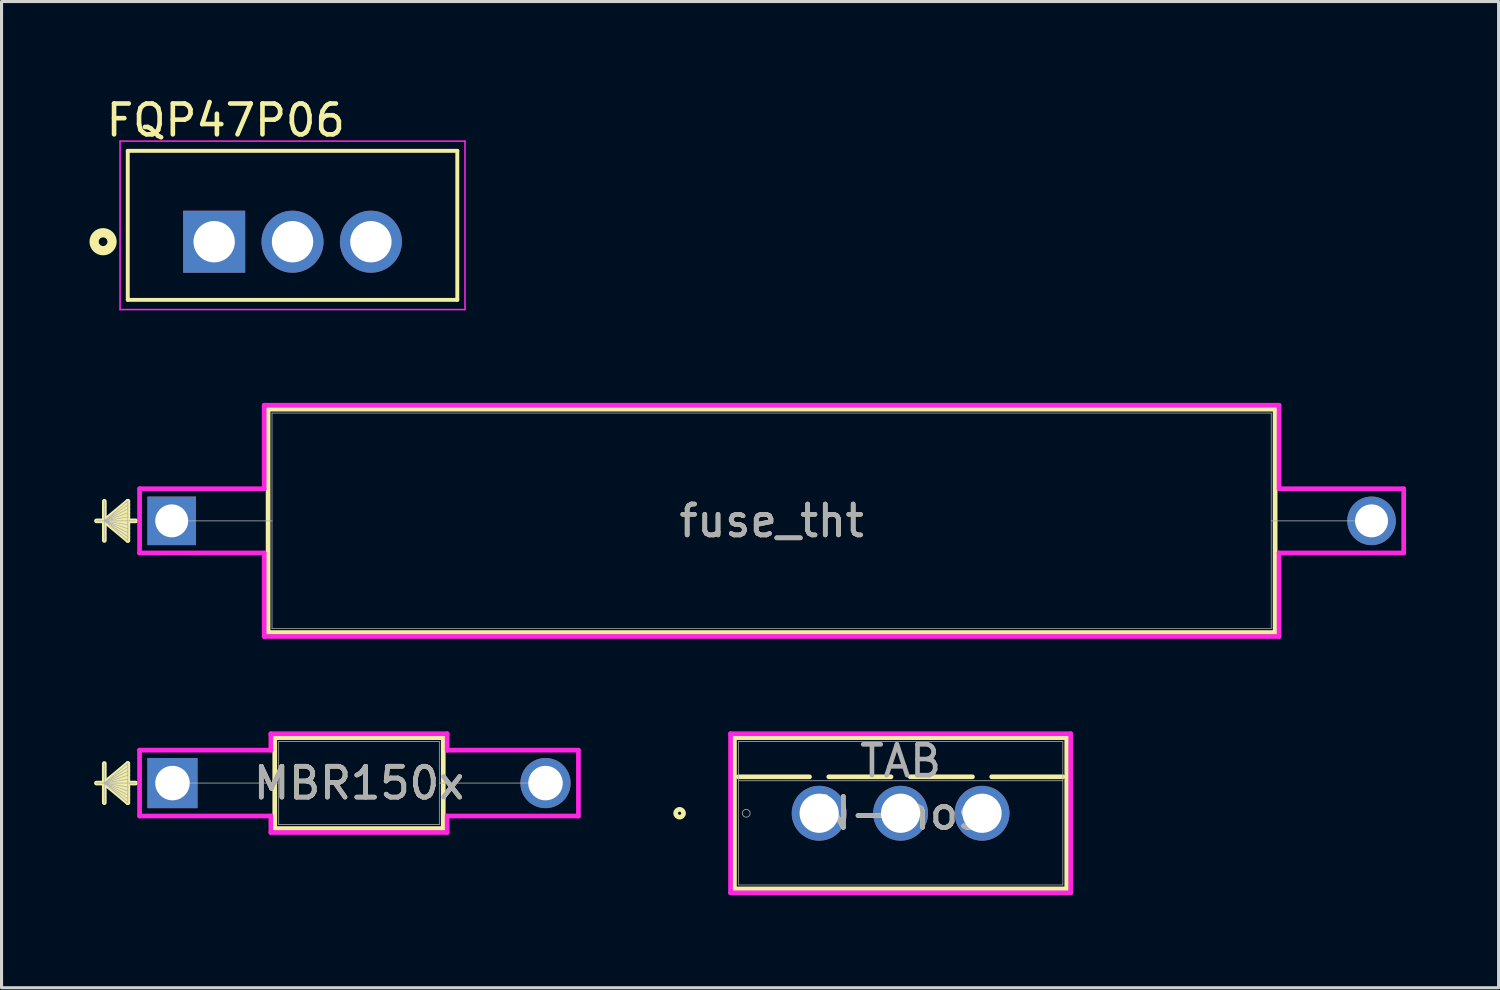
<source format=kicad_pcb>
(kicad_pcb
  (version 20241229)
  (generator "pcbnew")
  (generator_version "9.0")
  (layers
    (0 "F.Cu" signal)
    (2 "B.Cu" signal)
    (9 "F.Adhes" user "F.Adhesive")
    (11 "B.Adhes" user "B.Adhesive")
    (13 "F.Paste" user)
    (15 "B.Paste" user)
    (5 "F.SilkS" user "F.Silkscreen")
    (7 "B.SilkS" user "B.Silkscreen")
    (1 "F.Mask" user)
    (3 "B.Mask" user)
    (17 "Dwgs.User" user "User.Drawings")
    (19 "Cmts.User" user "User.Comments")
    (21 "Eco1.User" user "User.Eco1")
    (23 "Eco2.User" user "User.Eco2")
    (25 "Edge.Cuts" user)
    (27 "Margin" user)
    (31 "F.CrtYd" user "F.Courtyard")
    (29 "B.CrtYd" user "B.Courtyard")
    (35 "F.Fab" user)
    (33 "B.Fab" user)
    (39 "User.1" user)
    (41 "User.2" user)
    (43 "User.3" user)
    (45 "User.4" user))
  (footprint "N-mos"
    (layer "F.Cu")
    (at 23.499 23.308)
    (property "Reference" "N-mos" (at 2.64 0 0) (unlocked yes) (layer "F.SilkS") (effects (font (size 1 1) (thickness 0.15))))
    (attr through_hole)
    (fp_line (start -2.745 -2.451) (end -2.745 2.451) (stroke (width 0.152) (type solid)) (layer "F.SilkS"))
    (fp_line (start -2.745 2.451) (end 8.025 2.451) (stroke (width 0.152) (type solid)) (layer "F.SilkS"))
    (fp_line (start -2.618 -1.181) (end -0.312 -1.181) (stroke (width 0.152) (type solid)) (layer "F.SilkS"))
    (fp_line (start 0.312 -1.181) (end 2.328 -1.181) (stroke (width 0.152) (type solid)) (layer "F.SilkS"))
    (fp_line (start 2.952 -1.181) (end 4.968 -1.181) (stroke (width 0.152) (type solid)) (layer "F.SilkS"))
    (fp_line (start 5.592 -1.181) (end 7.898 -1.181) (stroke (width 0.152) (type solid)) (layer "F.SilkS"))
    (fp_line (start 8.025 -2.451) (end -2.745 -2.451) (stroke (width 0.152) (type solid)) (layer "F.SilkS"))
    (fp_line (start 8.025 2.451) (end 8.025 -2.451) (stroke (width 0.152) (type solid)) (layer "F.SilkS"))
    (fp_circle (center -4.523 0) (end -4.396 0) (stroke (width 0.152) (type solid)) (fill no) (layer "F.SilkS"))
    (fp_line (start -2.872 -2.578) (end -2.872 2.578) (stroke (width 0.152) (type solid)) (layer "F.CrtYd"))
    (fp_line (start -2.872 2.578) (end 8.152 2.578) (stroke (width 0.152) (type solid)) (layer "F.CrtYd"))
    (fp_line (start 8.152 -2.578) (end -2.872 -2.578) (stroke (width 0.152) (type solid)) (layer "F.CrtYd"))
    (fp_line (start 8.152 2.578) (end 8.152 -2.578) (stroke (width 0.152) (type solid)) (layer "F.CrtYd"))
    (fp_line (start -2.618 -2.324) (end -2.618 2.324) (stroke (width 0.025) (type solid)) (layer "F.Fab"))
    (fp_line (start -2.618 -1.054) (end 7.898 -1.054) (stroke (width 0.025) (type solid)) (layer "F.Fab"))
    (fp_line (start -2.618 2.324) (end 7.898 2.324) (stroke (width 0.025) (type solid)) (layer "F.Fab"))
    (fp_line (start 7.898 -2.324) (end -2.618 -2.324) (stroke (width 0.025) (type solid)) (layer "F.Fab"))
    (fp_line (start 7.898 2.324) (end 7.898 -2.324) (stroke (width 0.025) (type solid)) (layer "F.Fab"))
    (fp_circle (center -2.364 0) (end -2.237 0) (stroke (width 0.025) (type solid)) (fill no) (layer "F.Fab"))
    (fp_text user "TAB" (at 2.64 -1.689 0) (unlocked yes) (layer "F.Fab") (effects (font (size 1 1) (thickness 0.15))))
    (fp_text user "${REFERENCE}" (at 2.64 0 0) (unlocked yes) (layer "F.Fab") (effects (font (size 1 1) (thickness 0.15))))
    (pad "1" thru_hole circle (at 0 0) (size 1.778 1.778) (drill 1.27) (layers "*.Cu" "*.Mask"))
    (pad "2" thru_hole circle (at 2.64 0) (size 1.778 1.778) (drill 1.27) (layers "*.Cu" "*.Mask"))
    (pad "3" thru_hole circle (at 5.28 0) (size 1.778 1.778) (drill 1.27) (layers "*.Cu" "*.Mask")))
  (footprint "FQP47P06"
    (layer "F.Cu")
    (at 3.891 4.784)
    (property "Reference" "FQP47P06" (at 0.375 -3.935 0) (layer "F.SilkS") (effects (font (size 1 1) (thickness 0.15))))
    (attr through_hole)
    (fp_line (start -2.8 -2.945) (end 7.88 -2.945) (stroke (width 0.127) (type solid)) (layer "F.SilkS"))
    (fp_line (start -2.8 1.885) (end -2.8 -2.945) (stroke (width 0.127) (type solid)) (layer "F.SilkS"))
    (fp_line (start 7.88 -2.945) (end 7.88 1.885) (stroke (width 0.127) (type solid)) (layer "F.SilkS"))
    (fp_line (start 7.88 1.885) (end -2.8 1.885) (stroke (width 0.127) (type solid)) (layer "F.SilkS"))
    (fp_circle (center -3.6 0) (end -3.459 0) (stroke (width 0.3) (type solid)) (fill no) (layer "F.SilkS"))
    (fp_line (start -3.05 -3.26) (end 8.13 -3.26) (stroke (width 0.05) (type solid)) (layer "F.CrtYd"))
    (fp_line (start -3.05 2.2) (end -3.05 -3.26) (stroke (width 0.05) (type solid)) (layer "F.CrtYd"))
    (fp_line (start 8.13 -3.26) (end 8.13 2.2) (stroke (width 0.05) (type solid)) (layer "F.CrtYd"))
    (fp_line (start 8.13 2.2) (end -3.05 2.2) (stroke (width 0.05) (type solid)) (layer "F.CrtYd"))
    (pad "1" thru_hole rect (at 0 0) (size 2.01 2.01) (drill 1.34) (layers "*.Cu" "*.Mask"))
    (pad "2" thru_hole circle (at 2.54 0) (size 2.01 2.01) (drill 1.34) (layers "*.Cu" "*.Mask"))
    (pad "3" thru_hole circle (at 5.08 0) (size 2.01 2.01) (drill 1.34) (layers "*.Cu" "*.Mask")))
  (footprint "fuse_tht"
    (layer "F.Cu")
    (at 2.515 13.831)
    (property "Reference" "fuse_tht" (at 19.444 0 0) (unlocked yes) (layer "F.SilkS") (effects (font (size 1 1) (thickness 0.15))))
    (attr through_hole)
    (fp_line (start -2.184 -0.635) (end -2.184 0.635) (stroke (width 0.152) (type solid)) (layer "F.SilkS"))
    (fp_line (start -2.184 0) (end -1.422 -0.635) (stroke (width 0.152) (type solid)) (layer "F.SilkS"))
    (fp_line (start -2.184 0) (end -1.422 -0.508) (stroke (width 0.152) (type solid)) (layer "F.SilkS"))
    (fp_line (start -2.184 0) (end -1.422 -0.381) (stroke (width 0.152) (type solid)) (layer "F.SilkS"))
    (fp_line (start -2.184 0) (end -1.422 -0.254) (stroke (width 0.152) (type solid)) (layer "F.SilkS"))
    (fp_line (start -2.184 0) (end -1.422 -0.127) (stroke (width 0.152) (type solid)) (layer "F.SilkS"))
    (fp_line (start -2.184 0) (end -1.422 0.127) (stroke (width 0.152) (type solid)) (layer "F.SilkS"))
    (fp_line (start -2.184 0) (end -1.422 0.254) (stroke (width 0.152) (type solid)) (layer "F.SilkS"))
    (fp_line (start -2.184 0) (end -1.422 0.381) (stroke (width 0.152) (type solid)) (layer "F.SilkS"))
    (fp_line (start -2.184 0) (end -1.422 0.508) (stroke (width 0.152) (type solid)) (layer "F.SilkS"))
    (fp_line (start -2.184 0) (end -1.422 0.635) (stroke (width 0.152) (type solid)) (layer "F.SilkS"))
    (fp_line (start -1.422 -0.635) (end -1.422 0.635) (stroke (width 0.152) (type solid)) (layer "F.SilkS"))
    (fp_line (start -1.168 0) (end -2.438 0) (stroke (width 0.152) (type solid)) (layer "F.SilkS"))
    (fp_line (start 3.124 -3.619) (end 3.124 3.619) (stroke (width 0.152) (type solid)) (layer "F.SilkS"))
    (fp_line (start 3.124 3.619) (end 35.763 3.619) (stroke (width 0.152) (type solid)) (layer "F.SilkS"))
    (fp_line (start 35.763 -3.619) (end 3.124 -3.619) (stroke (width 0.152) (type solid)) (layer "F.SilkS"))
    (fp_line (start 35.763 3.619) (end 35.763 -3.619) (stroke (width 0.152) (type solid)) (layer "F.SilkS"))
    (fp_line (start -1.041 -1.041) (end 2.997 -1.041) (stroke (width 0.152) (type solid)) (layer "F.CrtYd"))
    (fp_line (start -1.041 1.041) (end -1.041 -1.041) (stroke (width 0.152) (type solid)) (layer "F.CrtYd"))
    (fp_line (start 2.997 -3.747) (end 35.89 -3.747) (stroke (width 0.152) (type solid)) (layer "F.CrtYd"))
    (fp_line (start 2.997 -1.041) (end 2.997 -3.747) (stroke (width 0.152) (type solid)) (layer "F.CrtYd"))
    (fp_line (start 2.997 1.041) (end -1.041 1.041) (stroke (width 0.152) (type solid)) (layer "F.CrtYd"))
    (fp_line (start 2.997 3.747) (end 2.997 1.041) (stroke (width 0.152) (type solid)) (layer "F.CrtYd"))
    (fp_line (start 35.89 -3.747) (end 35.89 -1.041) (stroke (width 0.152) (type solid)) (layer "F.CrtYd"))
    (fp_line (start 35.89 -1.041) (end 39.929 -1.041) (stroke (width 0.152) (type solid)) (layer "F.CrtYd"))
    (fp_line (start 35.89 1.041) (end 35.89 3.747) (stroke (width 0.152) (type solid)) (layer "F.CrtYd"))
    (fp_line (start 35.89 3.747) (end 2.997 3.747) (stroke (width 0.152) (type solid)) (layer "F.CrtYd"))
    (fp_line (start 39.929 -1.041) (end 39.929 1.041) (stroke (width 0.152) (type solid)) (layer "F.CrtYd"))
    (fp_line (start 39.929 1.041) (end 35.89 1.041) (stroke (width 0.152) (type solid)) (layer "F.CrtYd"))
    (fp_line (start -2.184 -0.635) (end -2.184 0.635) (stroke (width 0.025) (type solid)) (layer "F.Fab"))
    (fp_line (start -2.184 0) (end -1.422 -0.635) (stroke (width 0.025) (type solid)) (layer "F.Fab"))
    (fp_line (start -2.184 0) (end -1.422 -0.508) (stroke (width 0.025) (type solid)) (layer "F.Fab"))
    (fp_line (start -2.184 0) (end -1.422 -0.381) (stroke (width 0.025) (type solid)) (layer "F.Fab"))
    (fp_line (start -2.184 0) (end -1.422 -0.254) (stroke (width 0.025) (type solid)) (layer "F.Fab"))
    (fp_line (start -2.184 0) (end -1.422 -0.127) (stroke (width 0.025) (type solid)) (layer "F.Fab"))
    (fp_line (start -2.184 0) (end -1.422 0.127) (stroke (width 0.025) (type solid)) (layer "F.Fab"))
    (fp_line (start -2.184 0) (end -1.422 0.254) (stroke (width 0.025) (type solid)) (layer "F.Fab"))
    (fp_line (start -2.184 0) (end -1.422 0.381) (stroke (width 0.025) (type solid)) (layer "F.Fab"))
    (fp_line (start -2.184 0) (end -1.422 0.508) (stroke (width 0.025) (type solid)) (layer "F.Fab"))
    (fp_line (start -2.184 0) (end -1.422 0.635) (stroke (width 0.025) (type solid)) (layer "F.Fab"))
    (fp_line (start -1.422 -0.635) (end -1.422 0.635) (stroke (width 0.025) (type solid)) (layer "F.Fab"))
    (fp_line (start -1.168 0) (end -2.438 0) (stroke (width 0.025) (type solid)) (layer "F.Fab"))
    (fp_line (start 0 0) (end 3.251 0) (stroke (width 0.025) (type solid)) (layer "F.Fab"))
    (fp_line (start 3.251 -3.493) (end 3.251 3.493) (stroke (width 0.025) (type solid)) (layer "F.Fab"))
    (fp_line (start 3.251 3.493) (end 35.636 3.493) (stroke (width 0.025) (type solid)) (layer "F.Fab"))
    (fp_line (start 35.636 -3.493) (end 3.251 -3.493) (stroke (width 0.025) (type solid)) (layer "F.Fab"))
    (fp_line (start 35.636 3.493) (end 35.636 -3.493) (stroke (width 0.025) (type solid)) (layer "F.Fab"))
    (fp_line (start 38.887 0) (end 35.636 0) (stroke (width 0.025) (type solid)) (layer "F.Fab"))
    (fp_text user "${REFERENCE}" (at 19.444 0 0) (unlocked yes) (layer "F.Fab") (effects (font (size 1 1) (thickness 0.15))))
    (pad "1" thru_hole rect (at 0 0) (size 1.575 1.575) (drill 1.067) (layers "*.Cu" "*.Mask"))
    (pad "2" thru_hole circle (at 38.887 0) (size 1.575 1.575) (drill 1.067) (layers "*.Cu" "*.Mask")))
  (footprint "MBR150x"
    (layer "F.Cu")
    (at 2.54 22.33)
    (property "Reference" "MBR150x" (at 6.045 0 0) (unlocked yes) (layer "F.SilkS") (effects (font (size 1 1) (thickness 0.15))))
    (attr through_hole)
    (fp_line (start -2.21 -0.635) (end -2.21 0.635) (stroke (width 0.152) (type solid)) (layer "F.SilkS"))
    (fp_line (start -2.21 0) (end -1.448 -0.635) (stroke (width 0.152) (type solid)) (layer "F.SilkS"))
    (fp_line (start -2.21 0) (end -1.448 -0.508) (stroke (width 0.152) (type solid)) (layer "F.SilkS"))
    (fp_line (start -2.21 0) (end -1.448 -0.381) (stroke (width 0.152) (type solid)) (layer "F.SilkS"))
    (fp_line (start -2.21 0) (end -1.448 -0.254) (stroke (width 0.152) (type solid)) (layer "F.SilkS"))
    (fp_line (start -2.21 0) (end -1.448 -0.127) (stroke (width 0.152) (type solid)) (layer "F.SilkS"))
    (fp_line (start -2.21 0) (end -1.448 0.127) (stroke (width 0.152) (type solid)) (layer "F.SilkS"))
    (fp_line (start -2.21 0) (end -1.448 0.254) (stroke (width 0.152) (type solid)) (layer "F.SilkS"))
    (fp_line (start -2.21 0) (end -1.448 0.381) (stroke (width 0.152) (type solid)) (layer "F.SilkS"))
    (fp_line (start -2.21 0) (end -1.448 0.508) (stroke (width 0.152) (type solid)) (layer "F.SilkS"))
    (fp_line (start -2.21 0) (end -1.448 0.635) (stroke (width 0.152) (type solid)) (layer "F.SilkS"))
    (fp_line (start -1.448 -0.635) (end -1.448 0.635) (stroke (width 0.152) (type solid)) (layer "F.SilkS"))
    (fp_line (start -1.194 0) (end -2.464 0) (stroke (width 0.152) (type solid)) (layer "F.SilkS"))
    (fp_line (start 3.315 -1.473) (end 3.315 1.473) (stroke (width 0.152) (type solid)) (layer "F.SilkS"))
    (fp_line (start 3.315 1.473) (end 8.776 1.473) (stroke (width 0.152) (type solid)) (layer "F.SilkS"))
    (fp_line (start 8.776 -1.473) (end 3.315 -1.473) (stroke (width 0.152) (type solid)) (layer "F.SilkS"))
    (fp_line (start 8.776 1.473) (end 8.776 -1.473) (stroke (width 0.152) (type solid)) (layer "F.SilkS"))
    (fp_line (start -1.067 -1.067) (end 3.188 -1.067) (stroke (width 0.152) (type solid)) (layer "F.CrtYd"))
    (fp_line (start -1.067 1.067) (end -1.067 -1.067) (stroke (width 0.152) (type solid)) (layer "F.CrtYd"))
    (fp_line (start 3.188 -1.6) (end 8.903 -1.6) (stroke (width 0.152) (type solid)) (layer "F.CrtYd"))
    (fp_line (start 3.188 -1.067) (end 3.188 -1.6) (stroke (width 0.152) (type solid)) (layer "F.CrtYd"))
    (fp_line (start 3.188 1.067) (end -1.067 1.067) (stroke (width 0.152) (type solid)) (layer "F.CrtYd"))
    (fp_line (start 3.188 1.6) (end 3.188 1.067) (stroke (width 0.152) (type solid)) (layer "F.CrtYd"))
    (fp_line (start 8.903 -1.6) (end 8.903 -1.067) (stroke (width 0.152) (type solid)) (layer "F.CrtYd"))
    (fp_line (start 8.903 -1.067) (end 13.157 -1.067) (stroke (width 0.152) (type solid)) (layer "F.CrtYd"))
    (fp_line (start 8.903 1.067) (end 8.903 1.6) (stroke (width 0.152) (type solid)) (layer "F.CrtYd"))
    (fp_line (start 8.903 1.6) (end 3.188 1.6) (stroke (width 0.152) (type solid)) (layer "F.CrtYd"))
    (fp_line (start 13.157 -1.067) (end 13.157 1.067) (stroke (width 0.152) (type solid)) (layer "F.CrtYd"))
    (fp_line (start 13.157 1.067) (end 8.903 1.067) (stroke (width 0.152) (type solid)) (layer "F.CrtYd"))
    (fp_line (start -2.21 -0.635) (end -2.21 0.635) (stroke (width 0.025) (type solid)) (layer "F.Fab"))
    (fp_line (start -2.21 0) (end -1.448 -0.635) (stroke (width 0.025) (type solid)) (layer "F.Fab"))
    (fp_line (start -2.21 0) (end -1.448 -0.508) (stroke (width 0.025) (type solid)) (layer "F.Fab"))
    (fp_line (start -2.21 0) (end -1.448 -0.381) (stroke (width 0.025) (type solid)) (layer "F.Fab"))
    (fp_line (start -2.21 0) (end -1.448 -0.254) (stroke (width 0.025) (type solid)) (layer "F.Fab"))
    (fp_line (start -2.21 0) (end -1.448 -0.127) (stroke (width 0.025) (type solid)) (layer "F.Fab"))
    (fp_line (start -2.21 0) (end -1.448 0.127) (stroke (width 0.025) (type solid)) (layer "F.Fab"))
    (fp_line (start -2.21 0) (end -1.448 0.254) (stroke (width 0.025) (type solid)) (layer "F.Fab"))
    (fp_line (start -2.21 0) (end -1.448 0.381) (stroke (width 0.025) (type solid)) (layer "F.Fab"))
    (fp_line (start -2.21 0) (end -1.448 0.508) (stroke (width 0.025) (type solid)) (layer "F.Fab"))
    (fp_line (start -2.21 0) (end -1.448 0.635) (stroke (width 0.025) (type solid)) (layer "F.Fab"))
    (fp_line (start -1.448 -0.635) (end -1.448 0.635) (stroke (width 0.025) (type solid)) (layer "F.Fab"))
    (fp_line (start -1.194 0) (end -2.464 0) (stroke (width 0.025) (type solid)) (layer "F.Fab"))
    (fp_line (start 0 0) (end 3.442 0) (stroke (width 0.025) (type solid)) (layer "F.Fab"))
    (fp_line (start 3.442 -1.346) (end 3.442 1.346) (stroke (width 0.025) (type solid)) (layer "F.Fab"))
    (fp_line (start 3.442 1.346) (end 8.649 1.346) (stroke (width 0.025) (type solid)) (layer "F.Fab"))
    (fp_line (start 8.649 -1.346) (end 3.442 -1.346) (stroke (width 0.025) (type solid)) (layer "F.Fab"))
    (fp_line (start 8.649 1.346) (end 8.649 -1.346) (stroke (width 0.025) (type solid)) (layer "F.Fab"))
    (fp_line (start 12.09 0) (end 8.649 0) (stroke (width 0.025) (type solid)) (layer "F.Fab"))
    (fp_text user "${REFERENCE}" (at 6.045 0 0) (unlocked yes) (layer "F.Fab") (effects (font (size 1 1) (thickness 0.15))))
    (pad "1" thru_hole rect (at 0 0) (size 1.626 1.626) (drill 1.118) (layers "*.Cu" "*.Mask"))
    (pad "2" thru_hole circle (at 12.09 0) (size 1.626 1.626) (drill 1.118) (layers "*.Cu" "*.Mask")))
  (gr_rect
    (start -3 -3)
    (end 45.52 28.963)
    (stroke (width 0.1) (type default))
    (fill no)
    (layer "Edge.Cuts")))
</source>
